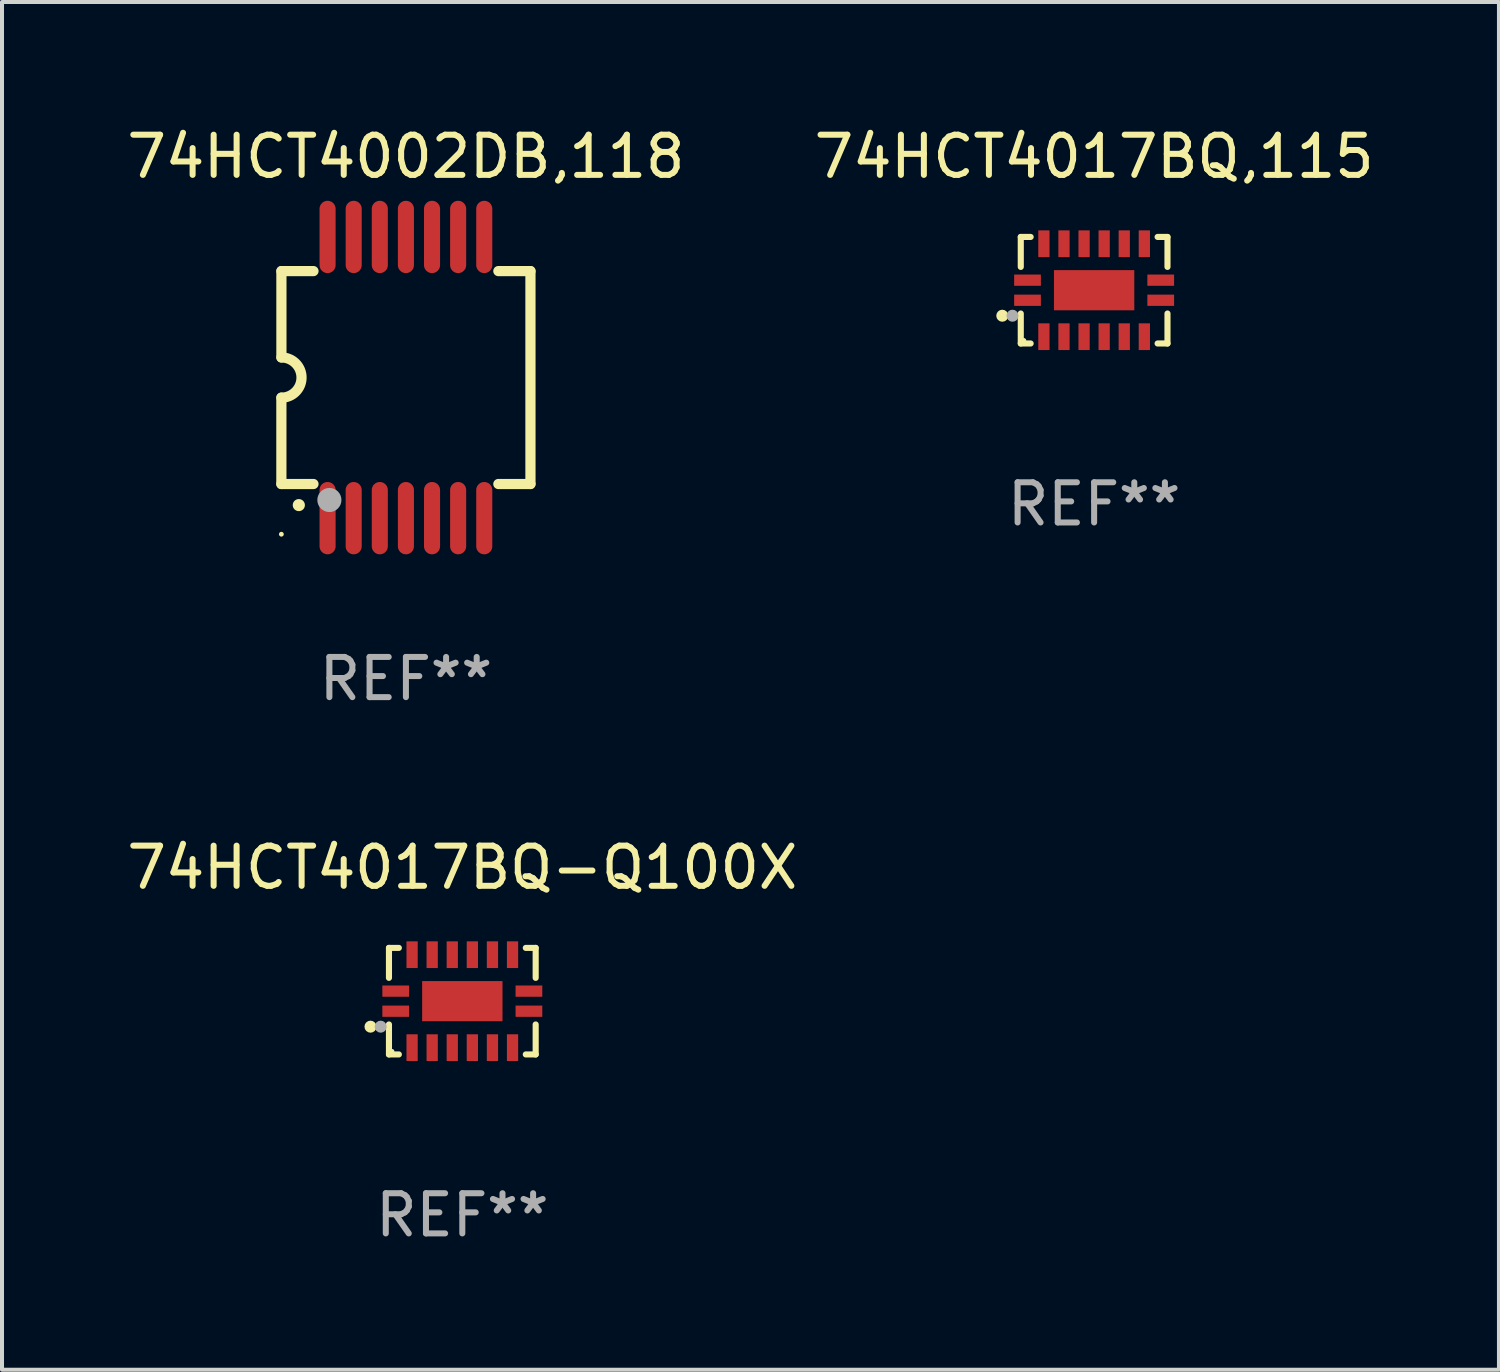
<source format=kicad_pcb>
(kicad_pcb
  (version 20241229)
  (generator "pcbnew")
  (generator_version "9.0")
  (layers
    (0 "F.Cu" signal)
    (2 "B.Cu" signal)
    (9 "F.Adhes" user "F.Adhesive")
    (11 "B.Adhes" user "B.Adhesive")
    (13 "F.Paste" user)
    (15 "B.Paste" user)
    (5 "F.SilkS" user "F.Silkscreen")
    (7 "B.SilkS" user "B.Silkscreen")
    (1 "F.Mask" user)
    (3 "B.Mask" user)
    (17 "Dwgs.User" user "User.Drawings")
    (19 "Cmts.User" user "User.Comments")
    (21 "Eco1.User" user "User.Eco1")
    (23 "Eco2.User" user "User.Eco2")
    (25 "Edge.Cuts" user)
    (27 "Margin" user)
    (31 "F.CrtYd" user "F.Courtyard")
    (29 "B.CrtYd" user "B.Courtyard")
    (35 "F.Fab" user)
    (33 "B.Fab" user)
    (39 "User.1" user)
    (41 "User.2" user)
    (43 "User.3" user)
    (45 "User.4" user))
  (footprint "74HCT4017BQ,115"
    (layer "F.Cu")
    (at 24.185 4.174)
    (property "Reference" "74HCT4017BQ,115" (at 0 -3.326 0) (layer "F.SilkS") (effects (font (size 1 1) (thickness 0.15))))
    (attr through_hole)
    (fp_line (start -1.826 -1.326) (end -1.58 -1.326) (stroke (width 0.152) (type solid)) (layer "F.SilkS"))
    (fp_line (start -1.826 -0.58) (end -1.826 -1.326) (stroke (width 0.152) (type solid)) (layer "F.SilkS"))
    (fp_line (start -1.826 0.58) (end -1.826 1.326) (stroke (width 0.152) (type solid)) (layer "F.SilkS"))
    (fp_line (start -1.826 1.326) (end -1.58 1.326) (stroke (width 0.152) (type solid)) (layer "F.SilkS"))
    (fp_line (start 1.826 -1.326) (end 1.58 -1.326) (stroke (width 0.152) (type solid)) (layer "F.SilkS"))
    (fp_line (start 1.826 -0.58) (end 1.826 -1.326) (stroke (width 0.152) (type solid)) (layer "F.SilkS"))
    (fp_line (start 1.826 0.58) (end 1.826 1.326) (stroke (width 0.152) (type solid)) (layer "F.SilkS"))
    (fp_line (start 1.826 1.326) (end 1.58 1.326) (stroke (width 0.152) (type solid)) (layer "F.SilkS"))
    (fp_circle (center -2.286 0.635) (end -2.211 0.635) (stroke (width 0.15) (type solid)) (fill no) (layer "F.SilkS"))
    (fp_circle (center -1.75 1.25) (end -1.72 1.25) (stroke (width 0.06) (type solid)) (fill no) (layer "F.SilkS"))
    (fp_circle (center -2.032 0.635) (end -1.957 0.635) (stroke (width 0.15) (type solid)) (fill no) (layer "F.Fab"))
    (fp_text user "REF**" (at 0 5.326 0) (layer "F.Fab") (effects (font (size 1 1) (thickness 0.15))))
    (pad "1" smd rect (at -1.658 0.25) (size 0.665 0.28) (layers "F.Cu" "F.Mask" "F.Paste"))
    (pad "2" smd rect (at -1.25 1.157) (size 0.28 0.665) (layers "F.Cu" "F.Mask" "F.Paste"))
    (pad "3" smd rect (at -0.75 1.157) (size 0.28 0.665) (layers "F.Cu" "F.Mask" "F.Paste"))
    (pad "4" smd rect (at -0.25 1.157) (size 0.28 0.665) (layers "F.Cu" "F.Mask" "F.Paste"))
    (pad "5" smd rect (at 0.25 1.157) (size 0.28 0.665) (layers "F.Cu" "F.Mask" "F.Paste"))
    (pad "6" smd rect (at 0.75 1.157) (size 0.28 0.665) (layers "F.Cu" "F.Mask" "F.Paste"))
    (pad "7" smd rect (at 1.25 1.157) (size 0.28 0.665) (layers "F.Cu" "F.Mask" "F.Paste"))
    (pad "8" smd rect (at 1.658 0.25) (size 0.665 0.28) (layers "F.Cu" "F.Mask" "F.Paste"))
    (pad "9" smd rect (at 1.658 -0.25) (size 0.665 0.28) (layers "F.Cu" "F.Mask" "F.Paste"))
    (pad "10" smd rect (at 1.25 -1.157) (size 0.28 0.665) (layers "F.Cu" "F.Mask" "F.Paste"))
    (pad "11" smd rect (at 0.75 -1.157) (size 0.28 0.665) (layers "F.Cu" "F.Mask" "F.Paste"))
    (pad "12" smd rect (at 0.25 -1.157) (size 0.28 0.665) (layers "F.Cu" "F.Mask" "F.Paste"))
    (pad "13" smd rect (at -0.25 -1.157) (size 0.28 0.665) (layers "F.Cu" "F.Mask" "F.Paste"))
    (pad "14" smd rect (at -0.75 -1.157) (size 0.28 0.665) (layers "F.Cu" "F.Mask" "F.Paste"))
    (pad "15" smd rect (at -1.25 -1.157) (size 0.28 0.665) (layers "F.Cu" "F.Mask" "F.Paste"))
    (pad "16" smd rect (at -1.658 -0.25) (size 0.665 0.28) (layers "F.Cu" "F.Mask" "F.Paste"))
    (pad "17" smd rect (at 0 0) (size 2 1) (layers "F.Cu" "F.Mask" "F.Paste")))
  (footprint "74HCT4002DB,118"
    (layer "F.Cu")
    (at 7.054 6.348)
    (property "Reference" "74HCT4002DB,118" (at 0 -5.5 0) (layer "F.SilkS") (effects (font (size 1 1) (thickness 0.15))))
    (attr through_hole)
    (fp_line (start -3.1 2.65) (end -3.1 0.5) (stroke (width 0.254) (type solid)) (layer "F.SilkS"))
    (fp_line (start -3.099 -2.65) (end -2.301 -2.65) (stroke (width 0.254) (type solid)) (layer "F.SilkS"))
    (fp_line (start -3.099 -0.5) (end -3.099 -2.65) (stroke (width 0.254) (type solid)) (layer "F.SilkS"))
    (fp_line (start -2.301 2.65) (end -3.1 2.65) (stroke (width 0.254) (type solid)) (layer "F.SilkS"))
    (fp_line (start 2.301 -2.65) (end 3.1 -2.65) (stroke (width 0.254) (type solid)) (layer "F.SilkS"))
    (fp_line (start 3.1 -2.65) (end 3.1 2.65) (stroke (width 0.254) (type solid)) (layer "F.SilkS"))
    (fp_line (start 3.1 2.65) (end 2.301 2.65) (stroke (width 0.254) (type solid)) (layer "F.SilkS"))
    (fp_arc (start -3.098806 -0.500381) (mid -2.598806 0) (end -3.098806 0.500381) (stroke (width 0.254001) (type solid)) (layer "F.SilkS"))
    (fp_arc (start -2.667005 3.175006) (mid -2.665735 3.175001) (end -2.664465 3.175006) (stroke (width 0.3) (type solid)) (layer "F.SilkS"))
    (fp_circle (center -3.1 3.9) (end -3.07 3.9) (stroke (width 0.06) (type solid)) (fill no) (layer "F.SilkS"))
    (fp_circle (center -1.905 3.048) (end -1.755 3.048) (stroke (width 0.3) (type solid)) (fill no) (layer "F.Fab"))
    (fp_text user "REF**" (at 0 7.5 0) (layer "F.Fab") (effects (font (size 1 1) (thickness 0.15))))
    (pad "1" smd oval (at -1.95 3.5 270) (size 1.8 0.4) (layers "F.Cu" "F.Mask" "F.Paste"))
    (pad "2" smd oval (at -1.3 3.5 270) (size 1.8 0.4) (layers "F.Cu" "F.Mask" "F.Paste"))
    (pad "3" smd oval (at -0.65 3.5 270) (size 1.8 0.4) (layers "F.Cu" "F.Mask" "F.Paste"))
    (pad "4" smd oval (at 0 3.5 270) (size 1.8 0.4) (layers "F.Cu" "F.Mask" "F.Paste"))
    (pad "5" smd oval (at 0.65 3.5 270) (size 1.8 0.4) (layers "F.Cu" "F.Mask" "F.Paste"))
    (pad "6" smd oval (at 1.3 3.5 270) (size 1.8 0.4) (layers "F.Cu" "F.Mask" "F.Paste"))
    (pad "7" smd oval (at 1.95 3.5 270) (size 1.8 0.4) (layers "F.Cu" "F.Mask" "F.Paste"))
    (pad "8" smd oval (at 1.95 -3.5 90) (size 1.8 0.4) (layers "F.Cu" "F.Mask" "F.Paste"))
    (pad "9" smd oval (at 1.3 -3.5 90) (size 1.8 0.4) (layers "F.Cu" "F.Mask" "F.Paste"))
    (pad "10" smd oval (at 0.65 -3.5 90) (size 1.8 0.4) (layers "F.Cu" "F.Mask" "F.Paste"))
    (pad "11" smd oval (at 0 -3.5 90) (size 1.8 0.4) (layers "F.Cu" "F.Mask" "F.Paste"))
    (pad "12" smd oval (at -0.65 -3.5 90) (size 1.8 0.4) (layers "F.Cu" "F.Mask" "F.Paste"))
    (pad "13" smd oval (at -1.3 -3.5 90) (size 1.8 0.4) (layers "F.Cu" "F.Mask" "F.Paste"))
    (pad "14" smd oval (at -1.95 -3.5 90) (size 1.8 0.4) (layers "F.Cu" "F.Mask" "F.Paste")))
  (footprint "74HCT4017BQ-Q100X"
    (layer "F.Cu")
    (at 8.458 21.871)
    (property "Reference" "74HCT4017BQ-Q100X" (at 0 -3.326 0) (layer "F.SilkS") (effects (font (size 1 1) (thickness 0.15))))
    (attr through_hole)
    (fp_line (start -1.826 -1.326) (end -1.58 -1.326) (stroke (width 0.152) (type solid)) (layer "F.SilkS"))
    (fp_line (start -1.826 -0.58) (end -1.826 -1.326) (stroke (width 0.152) (type solid)) (layer "F.SilkS"))
    (fp_line (start -1.826 0.58) (end -1.826 1.326) (stroke (width 0.152) (type solid)) (layer "F.SilkS"))
    (fp_line (start -1.826 1.326) (end -1.58 1.326) (stroke (width 0.152) (type solid)) (layer "F.SilkS"))
    (fp_line (start 1.826 -1.326) (end 1.58 -1.326) (stroke (width 0.152) (type solid)) (layer "F.SilkS"))
    (fp_line (start 1.826 -0.58) (end 1.826 -1.326) (stroke (width 0.152) (type solid)) (layer "F.SilkS"))
    (fp_line (start 1.826 0.58) (end 1.826 1.326) (stroke (width 0.152) (type solid)) (layer "F.SilkS"))
    (fp_line (start 1.826 1.326) (end 1.58 1.326) (stroke (width 0.152) (type solid)) (layer "F.SilkS"))
    (fp_circle (center -2.286 0.635) (end -2.211 0.635) (stroke (width 0.15) (type solid)) (fill no) (layer "F.SilkS"))
    (fp_circle (center -1.75 1.25) (end -1.72 1.25) (stroke (width 0.06) (type solid)) (fill no) (layer "F.SilkS"))
    (fp_circle (center -2.032 0.635) (end -1.957 0.635) (stroke (width 0.15) (type solid)) (fill no) (layer "F.Fab"))
    (fp_text user "REF**" (at 0 5.326 0) (layer "F.Fab") (effects (font (size 1 1) (thickness 0.15))))
    (pad "1" smd rect (at -1.658 0.25) (size 0.665 0.28) (layers "F.Cu" "F.Mask" "F.Paste"))
    (pad "2" smd rect (at -1.25 1.157) (size 0.28 0.665) (layers "F.Cu" "F.Mask" "F.Paste"))
    (pad "3" smd rect (at -0.75 1.157) (size 0.28 0.665) (layers "F.Cu" "F.Mask" "F.Paste"))
    (pad "4" smd rect (at -0.25 1.157) (size 0.28 0.665) (layers "F.Cu" "F.Mask" "F.Paste"))
    (pad "5" smd rect (at 0.25 1.157) (size 0.28 0.665) (layers "F.Cu" "F.Mask" "F.Paste"))
    (pad "6" smd rect (at 0.75 1.157) (size 0.28 0.665) (layers "F.Cu" "F.Mask" "F.Paste"))
    (pad "7" smd rect (at 1.25 1.157) (size 0.28 0.665) (layers "F.Cu" "F.Mask" "F.Paste"))
    (pad "8" smd rect (at 1.658 0.25) (size 0.665 0.28) (layers "F.Cu" "F.Mask" "F.Paste"))
    (pad "9" smd rect (at 1.658 -0.25) (size 0.665 0.28) (layers "F.Cu" "F.Mask" "F.Paste"))
    (pad "10" smd rect (at 1.25 -1.157) (size 0.28 0.665) (layers "F.Cu" "F.Mask" "F.Paste"))
    (pad "11" smd rect (at 0.75 -1.157) (size 0.28 0.665) (layers "F.Cu" "F.Mask" "F.Paste"))
    (pad "12" smd rect (at 0.25 -1.157) (size 0.28 0.665) (layers "F.Cu" "F.Mask" "F.Paste"))
    (pad "13" smd rect (at -0.25 -1.157) (size 0.28 0.665) (layers "F.Cu" "F.Mask" "F.Paste"))
    (pad "14" smd rect (at -0.75 -1.157) (size 0.28 0.665) (layers "F.Cu" "F.Mask" "F.Paste"))
    (pad "15" smd rect (at -1.25 -1.157) (size 0.28 0.665) (layers "F.Cu" "F.Mask" "F.Paste"))
    (pad "16" smd rect (at -1.658 -0.25) (size 0.665 0.28) (layers "F.Cu" "F.Mask" "F.Paste"))
    (pad "17" smd rect (at 0 0) (size 2 1) (layers "F.Cu" "F.Mask" "F.Paste")))
  (gr_rect
    (start -3 -3)
    (end 34.262 31.045)
    (stroke (width 0.1) (type default))
    (fill no)
    (layer "Edge.Cuts")))
</source>
